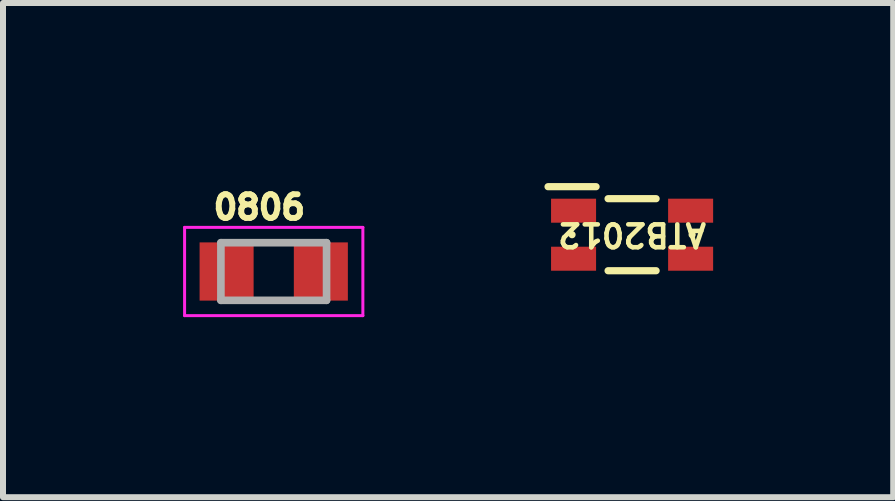
<source format=kicad_pcb>
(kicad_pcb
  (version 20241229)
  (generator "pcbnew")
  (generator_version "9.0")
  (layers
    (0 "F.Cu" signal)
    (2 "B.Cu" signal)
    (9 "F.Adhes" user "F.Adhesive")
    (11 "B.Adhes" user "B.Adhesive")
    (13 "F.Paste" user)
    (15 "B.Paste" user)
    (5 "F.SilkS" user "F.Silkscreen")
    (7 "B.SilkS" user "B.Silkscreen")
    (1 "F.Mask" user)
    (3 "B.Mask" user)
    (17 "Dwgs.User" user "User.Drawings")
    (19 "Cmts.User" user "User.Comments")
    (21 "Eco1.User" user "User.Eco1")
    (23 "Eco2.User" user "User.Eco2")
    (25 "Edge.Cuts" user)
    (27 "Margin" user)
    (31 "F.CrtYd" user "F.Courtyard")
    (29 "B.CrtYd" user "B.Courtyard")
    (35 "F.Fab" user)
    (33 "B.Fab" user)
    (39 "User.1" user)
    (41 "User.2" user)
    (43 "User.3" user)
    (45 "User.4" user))
  (footprint "0806"
    (layer "F.Cu")
    (at 1.51 1.473)
    (property "Reference" "0806" (at -0.24 -1.07 0) (layer "F.SilkS") (effects (font (size 0.394 0.394) (thickness 0.15))))
    (attr smd)
    (fp_line (start -1.485 -0.735) (end 1.485 -0.735) (stroke (width 0.05) (type solid)) (layer "F.CrtYd"))
    (fp_line (start -1.485 0.735) (end -1.485 -0.735) (stroke (width 0.05) (type solid)) (layer "F.CrtYd"))
    (fp_line (start -1.485 0.735) (end 1.485 0.735) (stroke (width 0.05) (type solid)) (layer "F.CrtYd"))
    (fp_line (start 1.485 0.735) (end 1.485 -0.735) (stroke (width 0.05) (type solid)) (layer "F.CrtYd"))
    (fp_line (start -0.88 0.48) (end -0.88 -0.48) (stroke (width 0.127) (type solid)) (layer "F.Fab"))
    (fp_line (start 0.88 -0.48) (end -0.88 -0.48) (stroke (width 0.127) (type solid)) (layer "F.Fab"))
    (fp_line (start 0.88 0.48) (end -0.88 0.48) (stroke (width 0.127) (type solid)) (layer "F.Fab"))
    (fp_line (start 0.88 0.48) (end 0.88 -0.48) (stroke (width 0.127) (type solid)) (layer "F.Fab"))
    (pad "1" smd rect (at -0.785 0) (size 0.9 0.97) (layers "F.Cu" "F.Mask" "F.Paste"))
    (pad "2" smd rect (at 0.785 0) (size 0.9 0.97) (layers "F.Cu" "F.Mask" "F.Paste")))
  (footprint "ATB2012"
    (layer "F.Cu")
    (at 7.48 0.86)
    (property "Reference" "ATB2012" (at 0 0 180) (unlocked yes) (layer "F.SilkS") (effects (font (size 0.381 0.381) (thickness 0.076))))
    (attr smd)
    (fp_line (start -1 0) (end -1 0) (stroke (width 0.12) (type solid)) (layer "F.SilkS"))
    (fp_line (start -0.6 -0.8) (end -1.4 -0.8) (stroke (width 0.12) (type solid)) (layer "F.SilkS"))
    (fp_line (start -0.4 -0.6) (end 0.4 -0.6) (stroke (width 0.12) (type solid)) (layer "F.SilkS"))
    (fp_line (start 0.4 0.6) (end -0.4 0.6) (stroke (width 0.12) (type solid)) (layer "F.SilkS"))
    (fp_line (start 1 0) (end 1 0) (stroke (width 0.12) (type solid)) (layer "F.SilkS"))
    (pad "1" smd rect (at -0.975 -0.4) (size 0.75 0.4) (layers "F.Cu" "F.Mask" "F.Paste"))
    (pad "2" smd rect (at -0.975 0.4) (size 0.75 0.4) (layers "F.Cu" "F.Mask" "F.Paste"))
    (pad "3" smd rect (at 0.975 0.4) (size 0.75 0.4) (layers "F.Cu" "F.Mask" "F.Paste"))
    (pad "4" smd rect (at 0.975 -0.4) (size 0.75 0.4) (layers "F.Cu" "F.Mask" "F.Paste")))
  (gr_rect
    (start -3 -3)
    (end 11.83 5.233)
    (stroke (width 0.1) (type default))
    (fill no)
    (layer "Edge.Cuts")))
</source>
